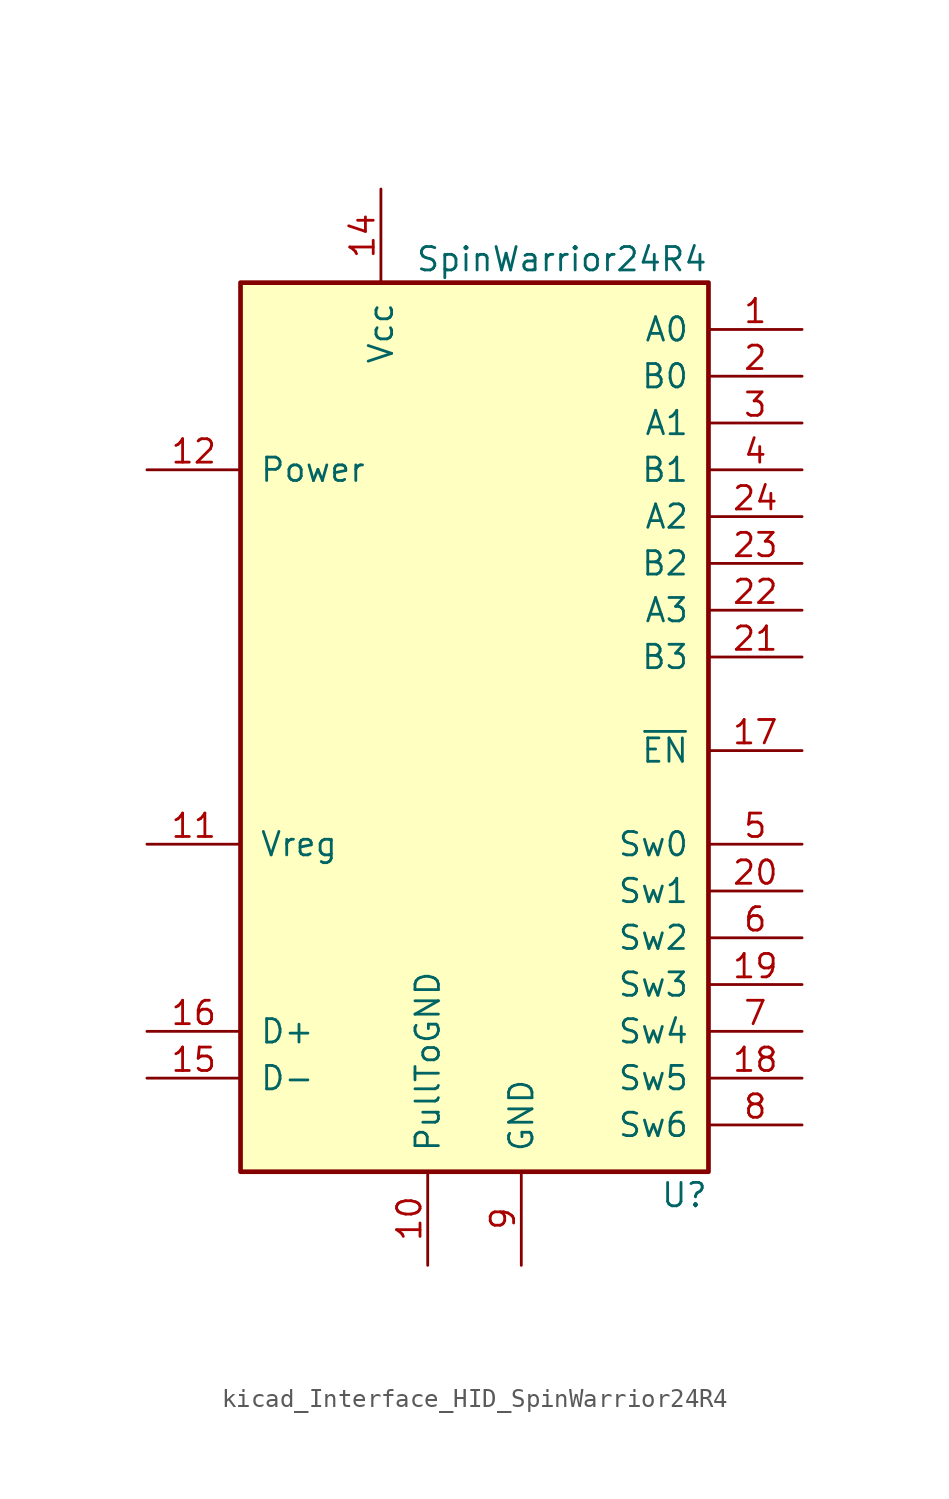
<source format=kicad_sym>
(kicad_symbol_lib
  (version 20220914)
  (generator kicad_symbol_editor)
  (symbol "kicad_Interface_HID_SpinWarrior24R4"
    (pin_names
      (offset 1.016))
    (property "Reference" "U"
      (at 12.7 -24.13 0)
      (effects (font (size 1.27 1.27)) (justify right)))
    (property "Value" "SpinWarrior24R4"
      (at 12.7 26.67 0)
      (effects (font (size 1.27 1.27)) (justify right)))
    (symbol "kicad_Interface_HID_SpinWarrior24R4_1_1"
      (rectangle (start -12.7 25.4) (end 12.7 -22.86) (stroke (width 0.254) (type default)) (fill (type background)))
      (pin input line (at 17.78 22.86 180) (length 5.08) (name "A0" (effects (font (size 1.27 1.27)))) (number "1" (effects (font (size 1.27 1.27)))))
      (pin input line (at -2.54 -27.94 90) (length 5.08) (name "PullToGND" (effects (font (size 1.27 1.27)))) (number "10" (effects (font (size 1.27 1.27)))))
      (pin power_out line (at -17.78 -5.08 0) (length 5.08) (name "Vreg" (effects (font (size 1.27 1.27)))) (number "11" (effects (font (size 1.27 1.27)))))
      (pin input line (at -17.78 15.24 0) (length 5.08) (name "Power" (effects (font (size 1.27 1.27)))) (number "12" (effects (font (size 1.27 1.27)))))
      (pin no_connect line (at -12.7 22.86 0) (length 5.08) hide (name "NC" (effects (font (size 1.27 1.27)))) (number "13" (effects (font (size 1.27 1.27)))))
      (pin power_in line (at -5.08 30.48 270) (length 5.08) (name "Vcc" (effects (font (size 1.27 1.27)))) (number "14" (effects (font (size 1.27 1.27)))))
      (pin bidirectional line (at -17.78 -17.78 0) (length 5.08) (name "D-" (effects (font (size 1.27 1.27)))) (number "15" (effects (font (size 1.27 1.27)))))
      (pin bidirectional line (at -17.78 -15.24 0) (length 5.08) (name "D+" (effects (font (size 1.27 1.27)))) (number "16" (effects (font (size 1.27 1.27)))))
      (pin open_collector line (at 17.78 0 180) (length 5.08) (name "~{EN}" (effects (font (size 1.27 1.27)))) (number "17" (effects (font (size 1.27 1.27)))))
      (pin input line (at 17.78 -17.78 180) (length 5.08) (name "Sw5" (effects (font (size 1.27 1.27)))) (number "18" (effects (font (size 1.27 1.27)))))
      (pin input line (at 17.78 -12.7 180) (length 5.08) (name "Sw3" (effects (font (size 1.27 1.27)))) (number "19" (effects (font (size 1.27 1.27)))))
      (pin input line (at 17.78 20.32 180) (length 5.08) (name "B0" (effects (font (size 1.27 1.27)))) (number "2" (effects (font (size 1.27 1.27)))))
      (pin input line (at 17.78 -7.62 180) (length 5.08) (name "Sw1" (effects (font (size 1.27 1.27)))) (number "20" (effects (font (size 1.27 1.27)))))
      (pin input line (at 17.78 5.08 180) (length 5.08) (name "B3" (effects (font (size 1.27 1.27)))) (number "21" (effects (font (size 1.27 1.27)))))
      (pin input line (at 17.78 7.62 180) (length 5.08) (name "A3" (effects (font (size 1.27 1.27)))) (number "22" (effects (font (size 1.27 1.27)))))
      (pin input line (at 17.78 10.16 180) (length 5.08) (name "B2" (effects (font (size 1.27 1.27)))) (number "23" (effects (font (size 1.27 1.27)))))
      (pin input line (at 17.78 12.7 180) (length 5.08) (name "A2" (effects (font (size 1.27 1.27)))) (number "24" (effects (font (size 1.27 1.27)))))
      (pin input line (at 17.78 17.78 180) (length 5.08) (name "A1" (effects (font (size 1.27 1.27)))) (number "3" (effects (font (size 1.27 1.27)))))
      (pin input line (at 17.78 15.24 180) (length 5.08) (name "B1" (effects (font (size 1.27 1.27)))) (number "4" (effects (font (size 1.27 1.27)))))
      (pin input line (at 17.78 -5.08 180) (length 5.08) (name "Sw0" (effects (font (size 1.27 1.27)))) (number "5" (effects (font (size 1.27 1.27)))))
      (pin input line (at 17.78 -10.16 180) (length 5.08) (name "Sw2" (effects (font (size 1.27 1.27)))) (number "6" (effects (font (size 1.27 1.27)))))
      (pin input line (at 17.78 -15.24 180) (length 5.08) (name "Sw4" (effects (font (size 1.27 1.27)))) (number "7" (effects (font (size 1.27 1.27)))))
      (pin input line (at 17.78 -20.32 180) (length 5.08) (name "Sw6" (effects (font (size 1.27 1.27)))) (number "8" (effects (font (size 1.27 1.27)))))
      (pin power_in line (at 2.54 -27.94 90) (length 5.08) (name "GND" (effects (font (size 1.27 1.27)))) (number "9" (effects (font (size 1.27 1.27))))))))
</source>
